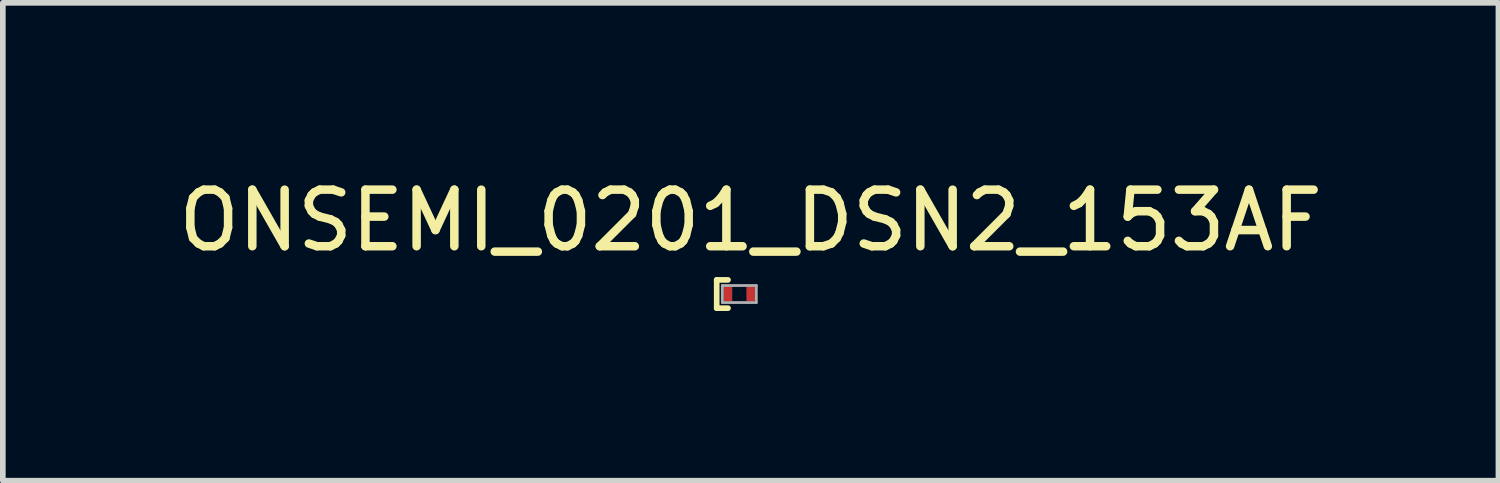
<source format=kicad_pcb>
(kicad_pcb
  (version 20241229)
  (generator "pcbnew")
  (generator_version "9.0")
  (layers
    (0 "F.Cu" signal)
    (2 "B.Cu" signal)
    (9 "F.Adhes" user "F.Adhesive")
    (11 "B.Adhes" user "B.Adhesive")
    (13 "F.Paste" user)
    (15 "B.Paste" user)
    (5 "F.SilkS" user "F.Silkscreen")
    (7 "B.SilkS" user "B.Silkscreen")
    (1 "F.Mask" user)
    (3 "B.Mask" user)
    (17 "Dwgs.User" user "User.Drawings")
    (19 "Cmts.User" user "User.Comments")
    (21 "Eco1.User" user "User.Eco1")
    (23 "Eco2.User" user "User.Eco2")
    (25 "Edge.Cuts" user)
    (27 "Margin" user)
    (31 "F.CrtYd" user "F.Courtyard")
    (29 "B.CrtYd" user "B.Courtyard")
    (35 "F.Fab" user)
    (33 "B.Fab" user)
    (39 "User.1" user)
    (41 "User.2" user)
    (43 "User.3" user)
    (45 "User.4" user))
  (footprint "ONSEMI_0201_DSN2_153AF"
    (layer "F.Cu")
    (at 10.02 2.148)
    (property "Reference" "ONSEMI_0201_DSN2_153AF" (at 0.2 -1.3 0) (layer "F.SilkS") (effects (font (size 1 1) (thickness 0.15))))
    (attr through_hole)
    (fp_line (start -0.4 -0.25) (end -0.2 -0.25) (stroke (width 0.1) (type solid)) (layer "F.SilkS"))
    (fp_line (start -0.4 0.25) (end -0.4 -0.25) (stroke (width 0.1) (type solid)) (layer "F.SilkS"))
    (fp_line (start -0.2 0.25) (end -0.4 0.25) (stroke (width 0.1) (type solid)) (layer "F.SilkS"))
    (fp_line (start -0.3 -0.15) (end -0.3 0.15) (stroke (width 0.05) (type solid)) (layer "F.Fab"))
    (fp_line (start -0.3 0.15) (end 0.3 0.15) (stroke (width 0.05) (type solid)) (layer "F.Fab"))
    (fp_line (start 0.3 -0.15) (end -0.3 -0.15) (stroke (width 0.05) (type solid)) (layer "F.Fab"))
    (fp_line (start 0.3 0.15) (end 0.3 -0.15) (stroke (width 0.05) (type solid)) (layer "F.Fab"))
    (pad "1" smd rect (at -0.2 0) (size 0.15 0.25) (layers "F.Cu" "F.Mask" "F.Paste"))
    (pad "2" smd rect (at 0.2 0) (size 0.15 0.25) (layers "F.Cu" "F.Mask" "F.Paste")))
  (gr_rect
    (start -3 -3)
    (end 23.44 5.448)
    (stroke (width 0.1) (type default))
    (fill no)
    (layer "Edge.Cuts")))
</source>
